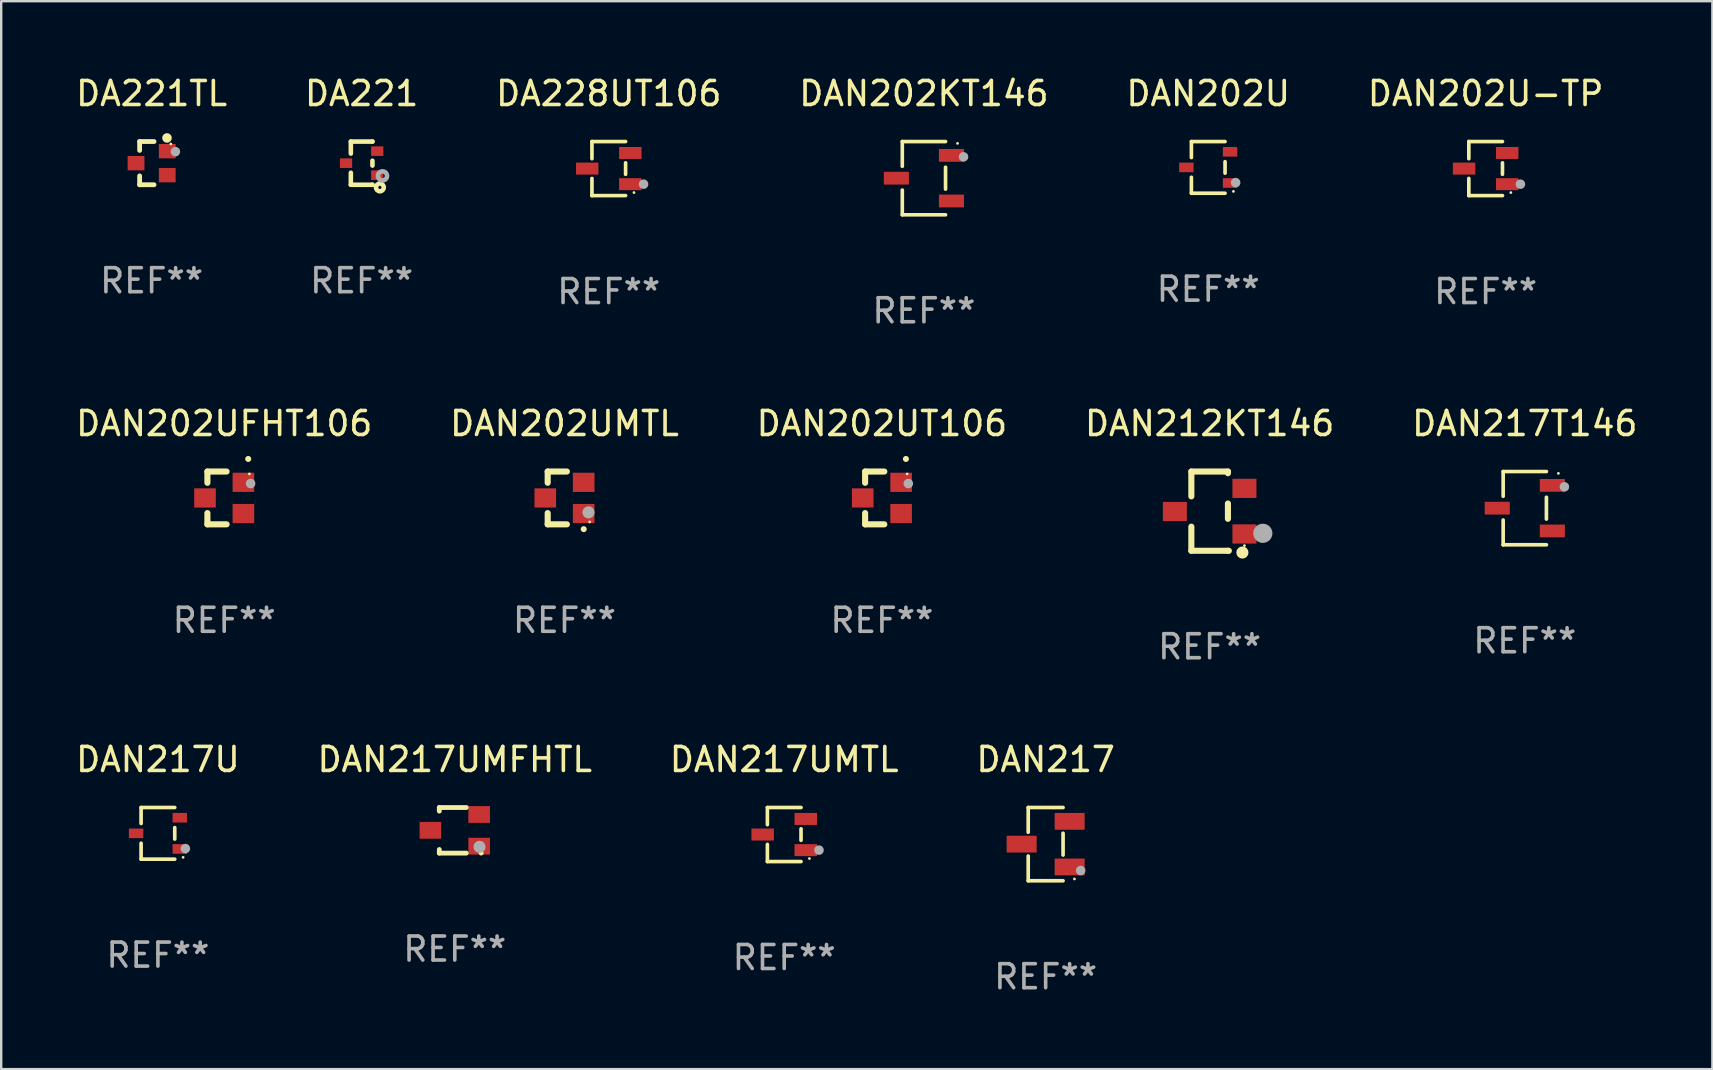
<source format=kicad_pcb>
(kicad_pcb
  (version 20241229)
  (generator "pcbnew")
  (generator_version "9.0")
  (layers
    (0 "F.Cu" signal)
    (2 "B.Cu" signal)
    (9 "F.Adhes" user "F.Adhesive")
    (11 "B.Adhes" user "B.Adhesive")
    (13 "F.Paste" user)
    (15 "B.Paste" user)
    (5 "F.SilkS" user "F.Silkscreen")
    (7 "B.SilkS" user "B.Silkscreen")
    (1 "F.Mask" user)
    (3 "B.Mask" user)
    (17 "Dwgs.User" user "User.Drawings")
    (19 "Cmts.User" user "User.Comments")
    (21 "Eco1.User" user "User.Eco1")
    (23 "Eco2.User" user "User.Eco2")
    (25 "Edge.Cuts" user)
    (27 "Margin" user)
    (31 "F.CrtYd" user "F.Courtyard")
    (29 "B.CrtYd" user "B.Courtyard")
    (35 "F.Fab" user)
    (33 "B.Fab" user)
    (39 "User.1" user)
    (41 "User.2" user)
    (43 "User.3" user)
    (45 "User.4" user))
  (footprint "DA221"
    (layer "F.Cu")
    (at 12.018 3.748)
    (property "Reference" "DA221" (at 0 -2.9 0) (layer "F.SilkS") (effects (font (size 1 1) (thickness 0.15))))
    (attr through_hole)
    (fp_line (start -0.45 -0.9) (end 0.45 -0.9) (stroke (width 0.19) (type solid)) (layer "F.SilkS"))
    (fp_line (start -0.45 -0.399) (end -0.45 -0.9) (stroke (width 0.19) (type solid)) (layer "F.SilkS"))
    (fp_line (start -0.45 0.9) (end -0.45 0.399) (stroke (width 0.19) (type solid)) (layer "F.SilkS"))
    (fp_line (start -0.45 0.9) (end 0.45 0.9) (stroke (width 0.19) (type solid)) (layer "F.SilkS"))
    (fp_line (start 0.45 -0.899) (end 0.45 -0.9) (stroke (width 0.19) (type solid)) (layer "F.SilkS"))
    (fp_line (start 0.45 0.101) (end 0.45 -0.101) (stroke (width 0.19) (type solid)) (layer "F.SilkS"))
    (fp_line (start 0.45 0.9) (end 0.45 0.899) (stroke (width 0.19) (type solid)) (layer "F.SilkS"))
    (fp_circle (center 0.76 1.01) (end 0.827 1.01) (stroke (width 0.19) (type solid)) (fill no) (layer "F.SilkS"))
    (fp_circle (center 0.8 0.8) (end 0.81 0.8) (stroke (width 0.02) (type solid)) (fill no) (layer "F.SilkS"))
    (fp_circle (center 0.87 0.53) (end 0.964 0.53) (stroke (width 0.19) (type solid)) (fill no) (layer "F.Fab"))
    (fp_text user "REF**" (at 0 4.9 0) (layer "F.Fab") (effects (font (size 1 1) (thickness 0.15))))
    (pad "1" smd rect (at 0.65 0.5 90) (size 0.4 0.51) (layers "F.Cu" "F.Mask" "F.Paste"))
    (pad "2" smd rect (at 0.65 -0.5 90) (size 0.4 0.51) (layers "F.Cu" "F.Mask" "F.Paste"))
    (pad "3" smd rect (at -0.65 0.000127 90) (size 0.4 0.51) (layers "F.Cu" "F.Mask" "F.Paste")))
  (footprint "DA221TL"
    (layer "F.Cu")
    (at 3.268 3.748)
    (property "Reference" "DA221TL" (at 0 -2.9 0) (layer "F.SilkS") (effects (font (size 1 1) (thickness 0.15))))
    (attr through_hole)
    (fp_line (start -0.5 -0.9) (end 0.1 -0.9) (stroke (width 0.2) (type solid)) (layer "F.SilkS"))
    (fp_line (start -0.5 -0.531) (end -0.5 -0.9) (stroke (width 0.2) (type solid)) (layer "F.SilkS"))
    (fp_line (start -0.5 0.9) (end -0.5 0.531) (stroke (width 0.2) (type solid)) (layer "F.SilkS"))
    (fp_line (start -0.5 0.9) (end 0.1 0.9) (stroke (width 0.2) (type solid)) (layer "F.SilkS"))
    (fp_circle (center 0.64 -1.05) (end 0.74 -1.05) (stroke (width 0.2) (type solid)) (fill no) (layer "F.SilkS"))
    (fp_circle (center 0.8 -0.8) (end 0.83 -0.8) (stroke (width 0.06) (type solid)) (fill no) (layer "F.SilkS"))
    (fp_circle (center 0.99 -0.48) (end 1.09 -0.48) (stroke (width 0.2) (type solid)) (fill no) (layer "F.Fab"))
    (fp_text user "REF**" (at 0 4.9 0) (layer "F.Fab") (effects (font (size 1 1) (thickness 0.15))))
    (pad "1" smd rect (at 0.65 -0.5 90) (size 0.6 0.7) (layers "F.Cu" "F.Mask" "F.Paste"))
    (pad "2" smd rect (at 0.65 0.5 90) (size 0.6 0.7) (layers "F.Cu" "F.Mask" "F.Paste"))
    (pad "3" smd rect (at -0.65 0 90) (size 0.6 0.7) (layers "F.Cu" "F.Mask" "F.Paste")))
  (footprint "DAN217UMTL"
    (layer "F.Cu")
    (at 29.625 31.722)
    (property "Reference" "DAN217UMTL" (at 0 -3.126 0) (layer "F.SilkS") (effects (font (size 1 1) (thickness 0.15))))
    (attr through_hole)
    (fp_line (start -0.701 -1.126) (end -0.701 -0.411) (stroke (width 0.152) (type solid)) (layer "F.SilkS"))
    (fp_line (start -0.701 1.126) (end -0.701 0.411) (stroke (width 0.152) (type solid)) (layer "F.SilkS"))
    (fp_line (start 0.701 -1.126) (end -0.701 -1.126) (stroke (width 0.152) (type solid)) (layer "F.SilkS"))
    (fp_line (start 0.701 -0.239) (end 0.701 0.239) (stroke (width 0.152) (type solid)) (layer "F.SilkS"))
    (fp_line (start 0.701 1.126) (end -0.701 1.126) (stroke (width 0.152) (type solid)) (layer "F.SilkS"))
    (fp_circle (center 1.05 1) (end 1.08 1) (stroke (width 0.06) (type solid)) (fill no) (layer "F.SilkS"))
    (fp_circle (center 1.45 0.65) (end 1.55 0.65) (stroke (width 0.2) (type solid)) (fill no) (layer "F.Fab"))
    (fp_text user "REF**" (at 0 5.126 0) (layer "F.Fab") (effects (font (size 1 1) (thickness 0.15))))
    (pad "1" smd rect (at 0.898 0.65) (size 0.936 0.5) (layers "F.Cu" "F.Mask" "F.Paste"))
    (pad "2" smd rect (at 0.898 -0.65) (size 0.936 0.5) (layers "F.Cu" "F.Mask" "F.Paste"))
    (pad "3" smd rect (at -0.898 0) (size 0.936 0.5) (layers "F.Cu" "F.Mask" "F.Paste")))
  (footprint "DAN217UMFHTL"
    (layer "F.Cu")
    (at 15.899 31.546)
    (property "Reference" "DAN217UMFHTL" (at 0 -2.95 0) (layer "F.SilkS") (effects (font (size 1 1) (thickness 0.15))))
    (attr through_hole)
    (fp_line (start -0.645 -0.95) (end 0.48 -0.95) (stroke (width 0.201) (type solid)) (layer "F.SilkS"))
    (fp_line (start -0.645 -0.8) (end -0.645 -0.95) (stroke (width 0.201) (type solid)) (layer "F.SilkS"))
    (fp_line (start -0.645 0.95) (end -0.645 0.8) (stroke (width 0.201) (type solid)) (layer "F.SilkS"))
    (fp_line (start 0.48 0.95) (end -0.645 0.95) (stroke (width 0.201) (type solid)) (layer "F.SilkS"))
    (fp_circle (center 1.1 0.95) (end 1.15 0.95) (stroke (width 0.1) (type solid)) (fill no) (layer "F.SilkS"))
    (fp_circle (center 1.03 0.69) (end 1.157 0.69) (stroke (width 0.254) (type solid)) (fill no) (layer "F.Fab"))
    (fp_text user "REF**" (at 0 4.95 0) (layer "F.Fab") (effects (font (size 1 1) (thickness 0.15))))
    (pad "1" smd rect (at 1.016 0.66 90) (size 0.7 0.9) (layers "F.Cu" "F.Mask" "F.Paste"))
    (pad "2" smd rect (at 1.016 -0.66 90) (size 0.7 0.9) (layers "F.Cu" "F.Mask" "F.Paste"))
    (pad "3" smd rect (at -1.016 0 90) (size 0.7 0.9) (layers "F.Cu" "F.Mask" "F.Paste")))
  (footprint "DAN202U-TP"
    (layer "F.Cu")
    (at 58.851 3.974)
    (property "Reference" "DAN202U-TP" (at 0 -3.126 0) (layer "F.SilkS") (effects (font (size 1 1) (thickness 0.15))))
    (attr through_hole)
    (fp_line (start -0.701 -1.126) (end -0.701 -0.411) (stroke (width 0.152) (type solid)) (layer "F.SilkS"))
    (fp_line (start -0.701 1.126) (end -0.701 0.411) (stroke (width 0.152) (type solid)) (layer "F.SilkS"))
    (fp_line (start 0.701 -1.126) (end -0.701 -1.126) (stroke (width 0.152) (type solid)) (layer "F.SilkS"))
    (fp_line (start 0.701 -0.239) (end 0.701 0.239) (stroke (width 0.152) (type solid)) (layer "F.SilkS"))
    (fp_line (start 0.701 1.126) (end -0.701 1.126) (stroke (width 0.152) (type solid)) (layer "F.SilkS"))
    (fp_circle (center 1.05 1) (end 1.08 1) (stroke (width 0.06) (type solid)) (fill no) (layer "F.SilkS"))
    (fp_circle (center 1.45 0.65) (end 1.55 0.65) (stroke (width 0.2) (type solid)) (fill no) (layer "F.Fab"))
    (fp_text user "REF**" (at 0 5.126 0) (layer "F.Fab") (effects (font (size 1 1) (thickness 0.15))))
    (pad "1" smd rect (at 0.898 0.65) (size 0.936 0.5) (layers "F.Cu" "F.Mask" "F.Paste"))
    (pad "2" smd rect (at 0.898 -0.65) (size 0.936 0.5) (layers "F.Cu" "F.Mask" "F.Paste"))
    (pad "3" smd rect (at -0.898 0) (size 0.936 0.5) (layers "F.Cu" "F.Mask" "F.Paste")))
  (footprint "DAN202KT146"
    (layer "F.Cu")
    (at 35.446 4.374)
    (property "Reference" "DAN202KT146" (at 0 -3.526 0) (layer "F.SilkS") (effects (font (size 1 1) (thickness 0.15))))
    (attr through_hole)
    (fp_line (start -0.901 -1.526) (end -0.901 -0.495) (stroke (width 0.152) (type solid)) (layer "F.SilkS"))
    (fp_line (start -0.901 1.526) (end -0.901 0.495) (stroke (width 0.152) (type solid)) (layer "F.SilkS"))
    (fp_line (start 0.901 -1.526) (end -0.901 -1.526) (stroke (width 0.152) (type solid)) (layer "F.SilkS"))
    (fp_line (start 0.901 -0.455) (end 0.901 0.455) (stroke (width 0.152) (type solid)) (layer "F.SilkS"))
    (fp_line (start 0.901 1.526) (end -0.901 1.526) (stroke (width 0.152) (type solid)) (layer "F.SilkS"))
    (fp_circle (center 1.4 -1.45) (end 1.43 -1.45) (stroke (width 0.06) (type solid)) (fill no) (layer "F.SilkS"))
    (fp_circle (center 1.651 -0.889) (end 1.751 -0.889) (stroke (width 0.2) (type solid)) (fill no) (layer "F.Fab"))
    (fp_text user "REF**" (at 0 5.526 0) (layer "F.Fab") (effects (font (size 1 1) (thickness 0.15))))
    (pad "1" smd rect (at 1.148 -0.95) (size 1.045 0.532) (layers "F.Cu" "F.Mask" "F.Paste"))
    (pad "2" smd rect (at 1.148 0.95) (size 1.045 0.532) (layers "F.Cu" "F.Mask" "F.Paste"))
    (pad "3" smd rect (at -1.148 0) (size 1.045 0.532) (layers "F.Cu" "F.Mask" "F.Paste")))
  (footprint "DA228UT106"
    (layer "F.Cu")
    (at 22.315 3.974)
    (property "Reference" "DA228UT106" (at 0 -3.126 0) (layer "F.SilkS") (effects (font (size 1 1) (thickness 0.15))))
    (attr through_hole)
    (fp_line (start -0.701 -1.126) (end -0.701 -0.411) (stroke (width 0.152) (type solid)) (layer "F.SilkS"))
    (fp_line (start -0.701 1.126) (end -0.701 0.411) (stroke (width 0.152) (type solid)) (layer "F.SilkS"))
    (fp_line (start 0.701 -1.126) (end -0.701 -1.126) (stroke (width 0.152) (type solid)) (layer "F.SilkS"))
    (fp_line (start 0.701 -0.239) (end 0.701 0.239) (stroke (width 0.152) (type solid)) (layer "F.SilkS"))
    (fp_line (start 0.701 1.126) (end -0.701 1.126) (stroke (width 0.152) (type solid)) (layer "F.SilkS"))
    (fp_circle (center 1.05 1) (end 1.08 1) (stroke (width 0.06) (type solid)) (fill no) (layer "F.SilkS"))
    (fp_circle (center 1.45 0.65) (end 1.55 0.65) (stroke (width 0.2) (type solid)) (fill no) (layer "F.Fab"))
    (fp_text user "REF**" (at 0 5.126 0) (layer "F.Fab") (effects (font (size 1 1) (thickness 0.15))))
    (pad "1" smd rect (at 0.898 0.65) (size 0.936 0.5) (layers "F.Cu" "F.Mask" "F.Paste"))
    (pad "2" smd rect (at 0.898 -0.65) (size 0.936 0.5) (layers "F.Cu" "F.Mask" "F.Paste"))
    (pad "3" smd rect (at -0.898 0) (size 0.936 0.5) (layers "F.Cu" "F.Mask" "F.Paste")))
  (footprint "DAN217U"
    (layer "F.Cu")
    (at 3.53 31.672)
    (property "Reference" "DAN217U" (at 0 -3.076 0) (layer "F.SilkS") (effects (font (size 1 1) (thickness 0.15))))
    (attr through_hole)
    (fp_line (start -0.701 -1.076) (end -0.701 -0.411) (stroke (width 0.152) (type solid)) (layer "F.SilkS"))
    (fp_line (start -0.701 1.076) (end -0.701 0.411) (stroke (width 0.152) (type solid)) (layer "F.SilkS"))
    (fp_line (start 0.701 -1.076) (end -0.701 -1.076) (stroke (width 0.152) (type solid)) (layer "F.SilkS"))
    (fp_line (start 0.701 -0.239) (end 0.701 0.239) (stroke (width 0.152) (type solid)) (layer "F.SilkS"))
    (fp_line (start 0.701 1.076) (end -0.701 1.076) (stroke (width 0.152) (type solid)) (layer "F.SilkS"))
    (fp_circle (center 1.05 1) (end 1.08 1) (stroke (width 0.06) (type solid)) (fill no) (layer "F.SilkS"))
    (fp_circle (center 1.143 0.635) (end 1.243 0.635) (stroke (width 0.2) (type solid)) (fill no) (layer "F.Fab"))
    (fp_text user "REF**" (at 0 5.076 0) (layer "F.Fab") (effects (font (size 1 1) (thickness 0.15))))
    (pad "1" smd rect (at 0.91 0.65) (size 0.6 0.4) (layers "F.Cu" "F.Mask" "F.Paste"))
    (pad "2" smd rect (at 0.91 -0.65) (size 0.6 0.4) (layers "F.Cu" "F.Mask" "F.Paste"))
    (pad "3" smd rect (at -0.91 0) (size 0.6 0.4) (layers "F.Cu" "F.Mask" "F.Paste")))
  (footprint "DAN202U"
    (layer "F.Cu")
    (at 47.292 3.925)
    (property "Reference" "DAN202U" (at 0 -3.076 0) (layer "F.SilkS") (effects (font (size 1 1) (thickness 0.15))))
    (attr through_hole)
    (fp_line (start -0.701 -1.076) (end -0.701 -0.411) (stroke (width 0.152) (type solid)) (layer "F.SilkS"))
    (fp_line (start -0.701 1.076) (end -0.701 0.411) (stroke (width 0.152) (type solid)) (layer "F.SilkS"))
    (fp_line (start 0.701 -1.076) (end -0.701 -1.076) (stroke (width 0.152) (type solid)) (layer "F.SilkS"))
    (fp_line (start 0.701 -0.239) (end 0.701 0.239) (stroke (width 0.152) (type solid)) (layer "F.SilkS"))
    (fp_line (start 0.701 1.076) (end -0.701 1.076) (stroke (width 0.152) (type solid)) (layer "F.SilkS"))
    (fp_circle (center 1.05 1) (end 1.08 1) (stroke (width 0.06) (type solid)) (fill no) (layer "F.SilkS"))
    (fp_circle (center 1.143 0.635) (end 1.243 0.635) (stroke (width 0.2) (type solid)) (fill no) (layer "F.Fab"))
    (fp_text user "REF**" (at 0 5.076 0) (layer "F.Fab") (effects (font (size 1 1) (thickness 0.15))))
    (pad "1" smd rect (at 0.91 0.65) (size 0.6 0.4) (layers "F.Cu" "F.Mask" "F.Paste"))
    (pad "2" smd rect (at 0.91 -0.65) (size 0.6 0.4) (layers "F.Cu" "F.Mask" "F.Paste"))
    (pad "3" smd rect (at -0.91 0) (size 0.6 0.4) (layers "F.Cu" "F.Mask" "F.Paste")))
  (footprint "DAN217"
    (layer "F.Cu")
    (at 40.518 32.122)
    (property "Reference" "DAN217" (at 0 -3.526 0) (layer "F.SilkS") (effects (font (size 1 1) (thickness 0.15))))
    (attr through_hole)
    (fp_line (start -0.726 -1.526) (end -0.726 -0.495) (stroke (width 0.152) (type solid)) (layer "F.SilkS"))
    (fp_line (start -0.726 1.526) (end -0.726 0.495) (stroke (width 0.152) (type solid)) (layer "F.SilkS"))
    (fp_line (start 0.726 -1.526) (end -0.726 -1.526) (stroke (width 0.152) (type solid)) (layer "F.SilkS"))
    (fp_line (start 0.726 -0.455) (end 0.726 0.455) (stroke (width 0.152) (type solid)) (layer "F.SilkS"))
    (fp_line (start 0.726 1.526) (end -0.726 1.526) (stroke (width 0.152) (type solid)) (layer "F.SilkS"))
    (fp_circle (center 1.2 1.45) (end 1.23 1.45) (stroke (width 0.06) (type solid)) (fill no) (layer "F.SilkS"))
    (fp_circle (center 1.46 1.1) (end 1.56 1.1) (stroke (width 0.2) (type solid)) (fill no) (layer "F.Fab"))
    (fp_text user "REF**" (at 0 5.526 0) (layer "F.Fab") (effects (font (size 1 1) (thickness 0.15))))
    (pad "1" smd rect (at 1 0.95) (size 1.25 0.7) (layers "F.Cu" "F.Mask" "F.Paste"))
    (pad "2" smd rect (at 1 -0.95) (size 1.25 0.7) (layers "F.Cu" "F.Mask" "F.Paste"))
    (pad "3" smd rect (at -1 0) (size 1.25 0.7) (layers "F.Cu" "F.Mask" "F.Paste")))
  (footprint "DAN202UT106"
    (layer "F.Cu")
    (at 33.696 17.697)
    (property "Reference" "DAN202UT106" (at 0 -3.1 0) (layer "F.SilkS") (effects (font (size 1 1) (thickness 0.15))))
    (attr through_hole)
    (fp_line (start -0.7 -1.1) (end 0.1 -1.1) (stroke (width 0.254) (type solid)) (layer "F.SilkS"))
    (fp_line (start -0.7 -0.631) (end -0.7 -1.1) (stroke (width 0.254) (type solid)) (layer "F.SilkS"))
    (fp_line (start -0.7 1.1) (end -0.7 0.631) (stroke (width 0.254) (type solid)) (layer "F.SilkS"))
    (fp_line (start -0.7 1.1) (end 0.1 1.1) (stroke (width 0.254) (type solid)) (layer "F.SilkS"))
    (fp_arc (start 0.99873 -1.62446) (mid 1 -1.624466) (end 1.00127 -1.62446) (stroke (width 0.24892) (type solid)) (layer "F.SilkS"))
    (fp_circle (center 1.05 -1) (end 1.08 -1) (stroke (width 0.06) (type solid)) (fill no) (layer "F.SilkS"))
    (fp_circle (center 1.1 -0.6) (end 1.2 -0.6) (stroke (width 0.2) (type solid)) (fill no) (layer "F.Fab"))
    (fp_text user "REF**" (at 0 5.1 0) (layer "F.Fab") (effects (font (size 1 1) (thickness 0.15))))
    (pad "1" smd rect (at 0.8 -0.65 90) (size 0.8 0.9) (layers "F.Cu" "F.Mask" "F.Paste"))
    (pad "2" smd rect (at 0.8 0.65 90) (size 0.8 0.9) (layers "F.Cu" "F.Mask" "F.Paste"))
    (pad "3" smd rect (at -0.8 0 90) (size 0.8 0.9) (layers "F.Cu" "F.Mask" "F.Paste")))
  (footprint "DAN217T146"
    (layer "F.Cu")
    (at 60.482 18.123)
    (property "Reference" "DAN217T146" (at 0 -3.526 0) (layer "F.SilkS") (effects (font (size 1 1) (thickness 0.15))))
    (attr through_hole)
    (fp_line (start -0.901 -1.526) (end -0.901 -0.495) (stroke (width 0.152) (type solid)) (layer "F.SilkS"))
    (fp_line (start -0.901 1.526) (end -0.901 0.495) (stroke (width 0.152) (type solid)) (layer "F.SilkS"))
    (fp_line (start 0.901 -1.526) (end -0.901 -1.526) (stroke (width 0.152) (type solid)) (layer "F.SilkS"))
    (fp_line (start 0.901 -0.455) (end 0.901 0.455) (stroke (width 0.152) (type solid)) (layer "F.SilkS"))
    (fp_line (start 0.901 1.526) (end -0.901 1.526) (stroke (width 0.152) (type solid)) (layer "F.SilkS"))
    (fp_circle (center 1.4 -1.45) (end 1.43 -1.45) (stroke (width 0.06) (type solid)) (fill no) (layer "F.SilkS"))
    (fp_circle (center 1.651 -0.889) (end 1.751 -0.889) (stroke (width 0.2) (type solid)) (fill no) (layer "F.Fab"))
    (fp_text user "REF**" (at 0 5.526 0) (layer "F.Fab") (effects (font (size 1 1) (thickness 0.15))))
    (pad "1" smd rect (at 1.148 -0.95) (size 1.045 0.532) (layers "F.Cu" "F.Mask" "F.Paste"))
    (pad "2" smd rect (at 1.148 0.95) (size 1.045 0.532) (layers "F.Cu" "F.Mask" "F.Paste"))
    (pad "3" smd rect (at -1.148 0) (size 1.045 0.532) (layers "F.Cu" "F.Mask" "F.Paste")))
  (footprint "DAN202UMTL"
    (layer "F.Cu")
    (at 20.47 17.697)
    (property "Reference" "DAN202UMTL" (at 0 -3.1 0) (layer "F.SilkS") (effects (font (size 1 1) (thickness 0.15))))
    (attr through_hole)
    (fp_line (start -0.7 -1.1) (end 0.1 -1.1) (stroke (width 0.254) (type solid)) (layer "F.SilkS"))
    (fp_line (start -0.7 -0.631) (end -0.7 -1.1) (stroke (width 0.254) (type solid)) (layer "F.SilkS"))
    (fp_line (start -0.7 1.1) (end -0.7 0.631) (stroke (width 0.254) (type solid)) (layer "F.SilkS"))
    (fp_line (start -0.7 1.1) (end 0.1 1.1) (stroke (width 0.254) (type solid)) (layer "F.SilkS"))
    (fp_arc (start 0.8 1.3) (mid 0.80127 1.299994) (end 0.80254 1.3) (stroke (width 0.24892) (type solid)) (layer "F.SilkS"))
    (fp_circle (center 1.05 1) (end 1.08 1) (stroke (width 0.06) (type solid)) (fill no) (layer "F.SilkS"))
    (fp_circle (center 1 0.6) (end 1.127 0.6) (stroke (width 0.254) (type solid)) (fill no) (layer "F.Fab"))
    (fp_text user "REF**" (at 0 5.1 0) (layer "F.Fab") (effects (font (size 1 1) (thickness 0.15))))
    (pad "1" smd rect (at 0.8 0.65 90) (size 0.8 0.9) (layers "F.Cu" "F.Mask" "F.Paste"))
    (pad "2" smd rect (at 0.8 -0.65 90) (size 0.8 0.9) (layers "F.Cu" "F.Mask" "F.Paste"))
    (pad "3" smd rect (at -0.8 0 90) (size 0.8 0.9) (layers "F.Cu" "F.Mask" "F.Paste")))
  (footprint "DAN202UFHT106"
    (layer "F.Cu")
    (at 6.292 17.697)
    (property "Reference" "DAN202UFHT106" (at 0 -3.1 0) (layer "F.SilkS") (effects (font (size 1 1) (thickness 0.15))))
    (attr through_hole)
    (fp_line (start -0.7 -1.1) (end 0.1 -1.1) (stroke (width 0.254) (type solid)) (layer "F.SilkS"))
    (fp_line (start -0.7 -0.631) (end -0.7 -1.1) (stroke (width 0.254) (type solid)) (layer "F.SilkS"))
    (fp_line (start -0.7 1.1) (end -0.7 0.631) (stroke (width 0.254) (type solid)) (layer "F.SilkS"))
    (fp_line (start -0.7 1.1) (end 0.1 1.1) (stroke (width 0.254) (type solid)) (layer "F.SilkS"))
    (fp_arc (start 0.99873 -1.62446) (mid 1 -1.624466) (end 1.00127 -1.62446) (stroke (width 0.24892) (type solid)) (layer "F.SilkS"))
    (fp_circle (center 1.05 -1) (end 1.08 -1) (stroke (width 0.06) (type solid)) (fill no) (layer "F.SilkS"))
    (fp_circle (center 1.1 -0.6) (end 1.2 -0.6) (stroke (width 0.2) (type solid)) (fill no) (layer "F.Fab"))
    (fp_text user "REF**" (at 0 5.1 0) (layer "F.Fab") (effects (font (size 1 1) (thickness 0.15))))
    (pad "1" smd rect (at 0.8 -0.65 90) (size 0.8 0.9) (layers "F.Cu" "F.Mask" "F.Paste"))
    (pad "2" smd rect (at 0.8 0.65 90) (size 0.8 0.9) (layers "F.Cu" "F.Mask" "F.Paste"))
    (pad "3" smd rect (at -0.8 0 90) (size 0.8 0.9) (layers "F.Cu" "F.Mask" "F.Paste")))
  (footprint "DAN212KT146"
    (layer "F.Cu")
    (at 47.351 18.248)
    (property "Reference" "DAN212KT146" (at 0 -3.651 0) (layer "F.SilkS") (effects (font (size 1 1) (thickness 0.15))))
    (attr through_hole)
    (fp_line (start -0.762 -1.651) (end 0.762 -1.651) (stroke (width 0.254) (type solid)) (layer "F.SilkS"))
    (fp_line (start -0.762 -0.616) (end -0.762 -1.651) (stroke (width 0.254) (type solid)) (layer "F.SilkS"))
    (fp_line (start -0.762 1.651) (end -0.762 0.646) (stroke (width 0.254) (type solid)) (layer "F.SilkS"))
    (fp_line (start 0.762 -1.651) (end 0.762 -1.581) (stroke (width 0.254) (type solid)) (layer "F.SilkS"))
    (fp_line (start 0.762 -0.319) (end 0.762 0.319) (stroke (width 0.254) (type solid)) (layer "F.SilkS"))
    (fp_line (start 0.762 1.651) (end -0.762 1.651) (stroke (width 0.254) (type solid)) (layer "F.SilkS"))
    (fp_line (start 0.8 1.651) (end 0.762 1.651) (stroke (width 0.254) (type solid)) (layer "F.SilkS"))
    (fp_circle (center 1.365 1.724) (end 1.492 1.724) (stroke (width 0.254) (type solid)) (fill no) (layer "F.SilkS"))
    (fp_circle (center 1.45 1.435) (end 1.48 1.435) (stroke (width 0.06) (type solid)) (fill no) (layer "F.SilkS"))
    (fp_circle (center 2.216 0.923) (end 2.416 0.923) (stroke (width 0.4) (type solid)) (fill no) (layer "F.Fab"))
    (fp_text user "REF**" (at 0 5.651 0) (layer "F.Fab") (effects (font (size 1 1) (thickness 0.15))))
    (pad "1" smd rect (at 1.45 0.95 90) (size 0.8 1) (layers "F.Cu" "F.Mask" "F.Paste"))
    (pad "2" smd rect (at 1.45 -0.95 90) (size 0.8 1) (layers "F.Cu" "F.Mask" "F.Paste"))
    (pad "3" smd rect (at -1.45 0.015 90) (size 0.8 1) (layers "F.Cu" "F.Mask" "F.Paste")))
  (gr_rect
    (start -3 -3)
    (end 68.298 41.496)
    (stroke (width 0.1) (type default))
    (fill no)
    (layer "Edge.Cuts")))
</source>
